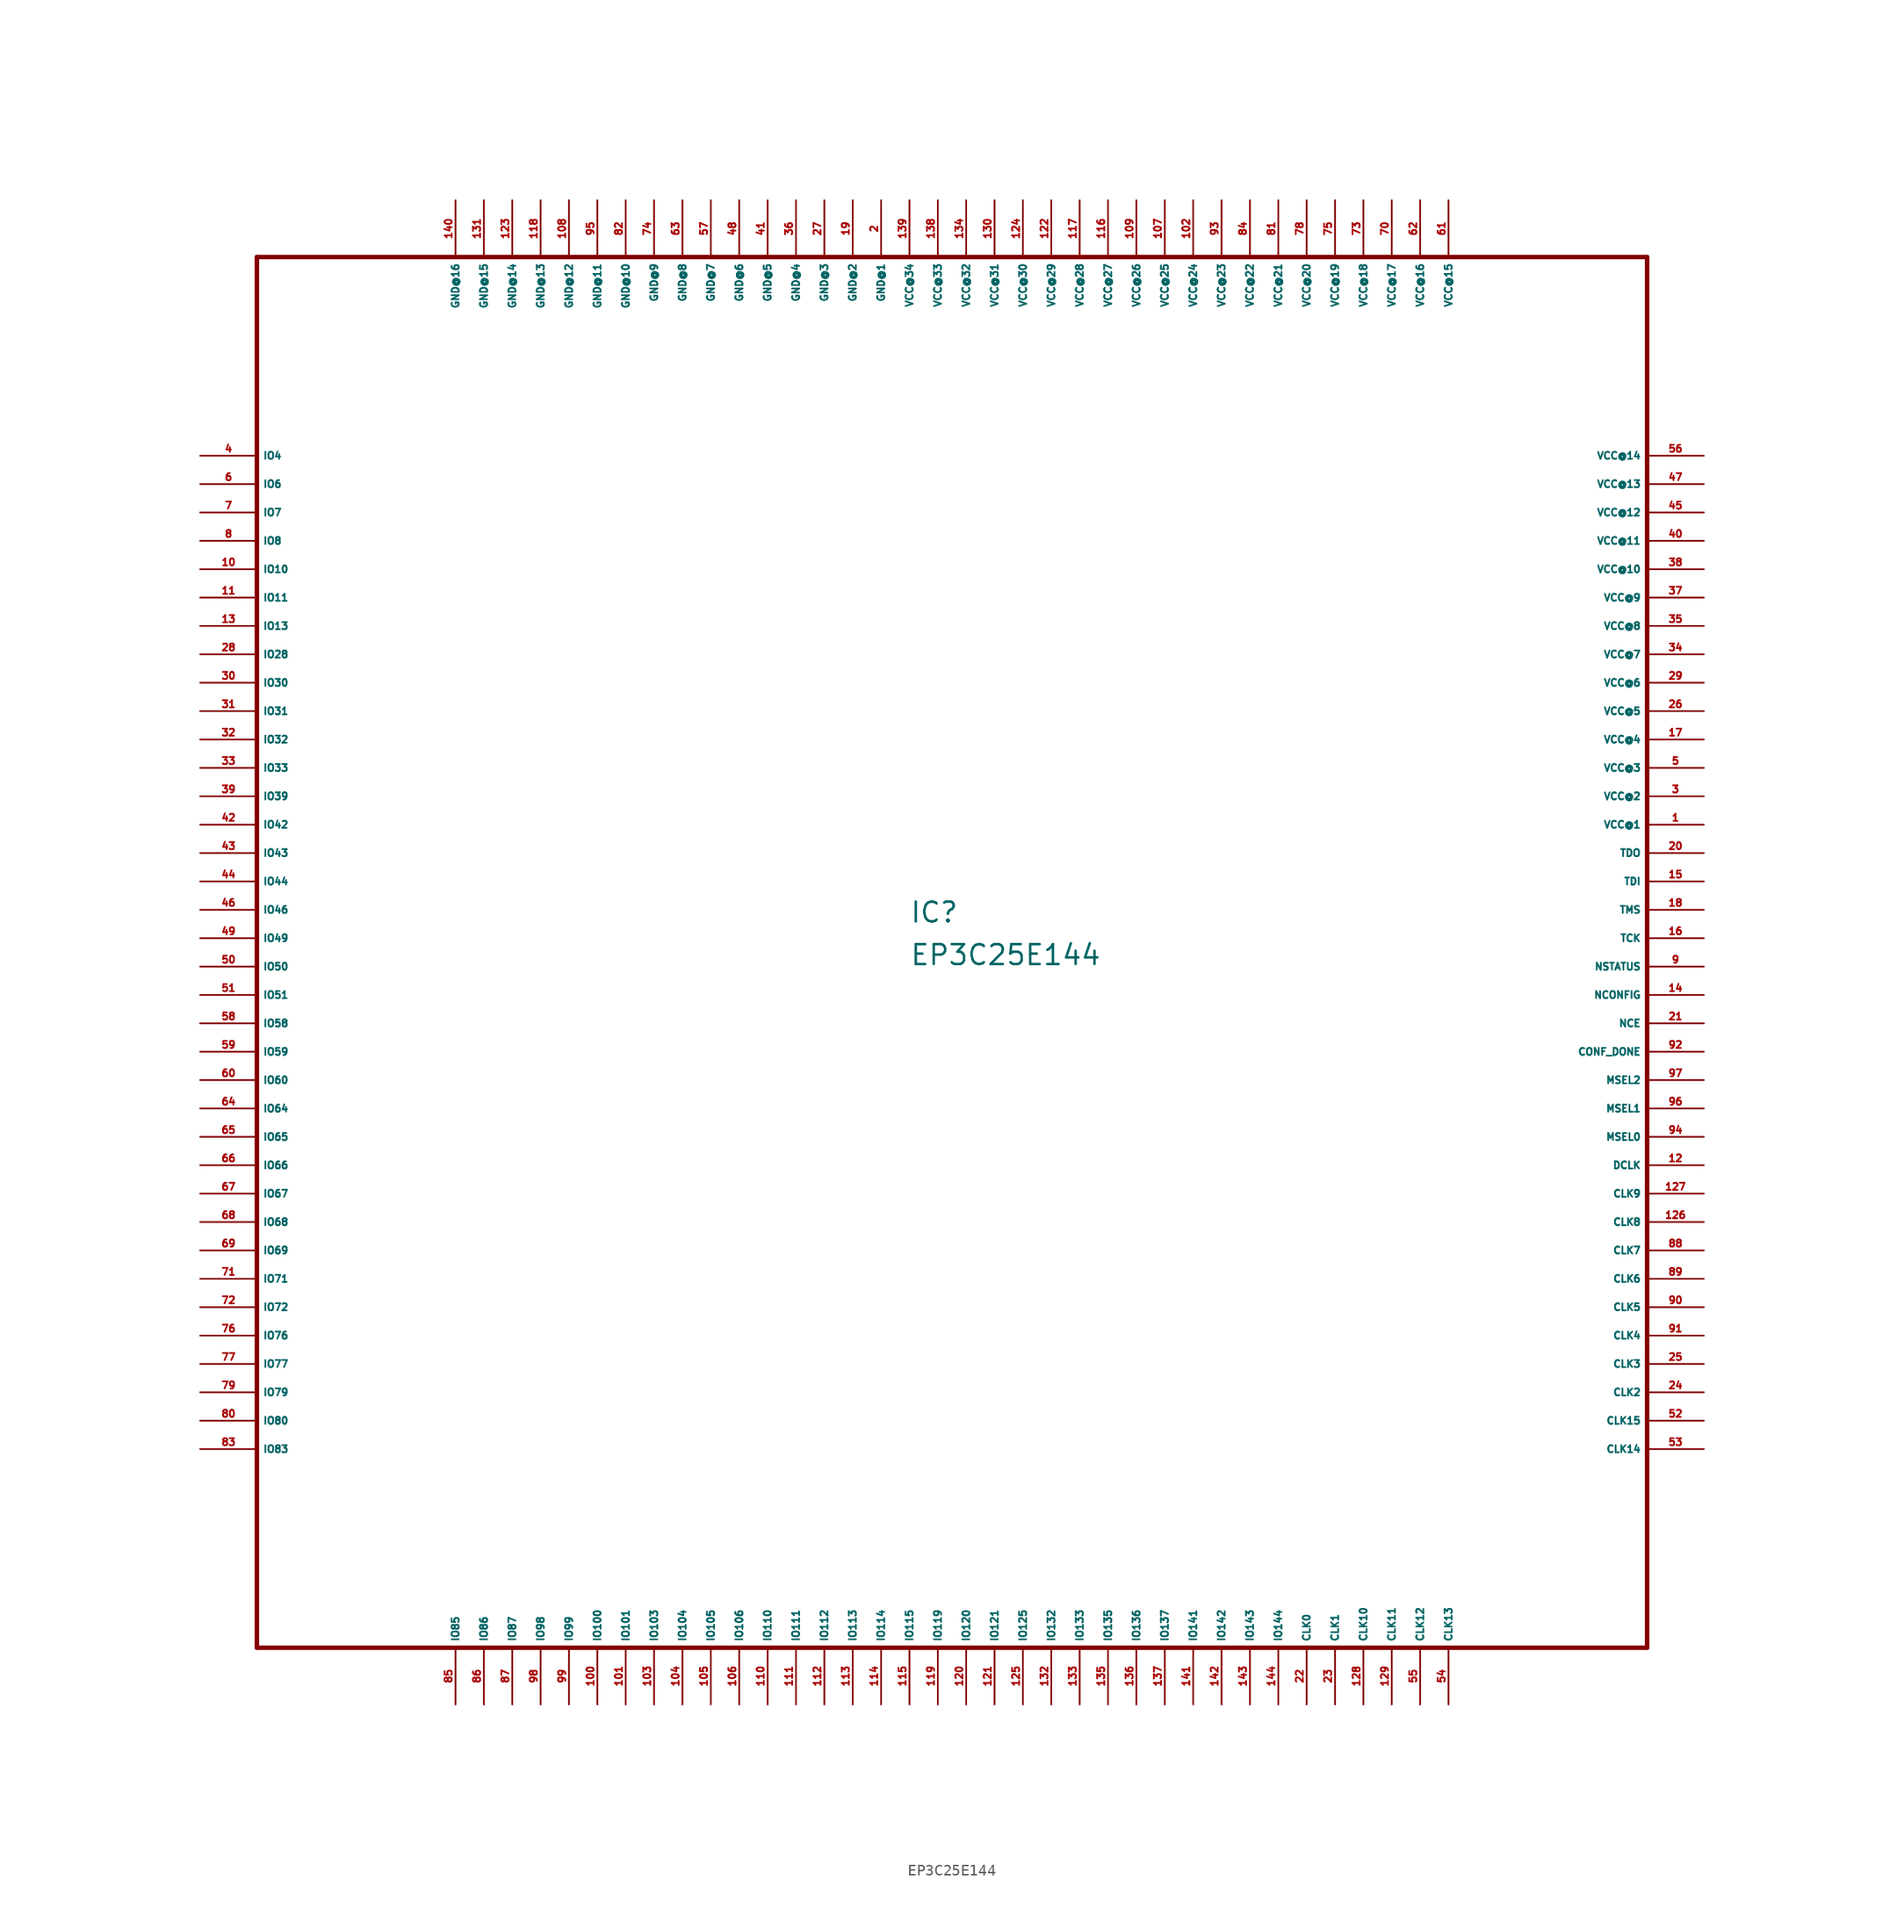
<source format=kicad_sym>
(kicad_symbol_lib
  (version 20220914)
  (generator Eagle2Kicad)
  (symbol "EP3C25E144"
    (property "Reference" "IC"
      (at -5.08 1.27 0)
      (effects (font (size 1.778 1.778) (thickness 0.22)) (justify left bottom)))
    (property "Value" "EP3C25E144"
      (at -5.08 -2.54 0)
      (effects (font (size 1.778 1.778) (thickness 0.22)) (justify left bottom)))
    (polyline
      (pts (xy -63.5 -63.5) (xy 60.96 -63.5))
      (stroke (width 0.406) (type default))
      (fill (type none)))
    (polyline
      (pts (xy 60.96 -63.5) (xy 60.96 60.96))
      (stroke (width 0.406) (type default))
      (fill (type none)))
    (polyline
      (pts (xy 60.96 60.96) (xy -63.5 60.96))
      (stroke (width 0.406) (type default))
      (fill (type none)))
    (polyline
      (pts (xy -63.5 60.96) (xy -63.5 -63.5))
      (stroke (width 0.406) (type default))
      (fill (type none)))
    (pin passive line
      (at -68.58 43.18 0)
      (length 5.08)
      (name "IO4" (effects (font (size 0.635 0.635) (thickness 0.08)) (justify left bottom)))
      (number "4" (effects (font (size 0.635 0.635) (thickness 0.08)) (justify left bottom))))
    (pin passive line
      (at -68.58 40.64 0)
      (length 5.08)
      (name "IO6" (effects (font (size 0.635 0.635) (thickness 0.08)) (justify left bottom)))
      (number "6" (effects (font (size 0.635 0.635) (thickness 0.08)) (justify left bottom))))
    (pin output line
      (at -68.58 38.1 0)
      (length 5.08)
      (name "IO7" (effects (font (size 0.635 0.635) (thickness 0.08)) (justify left bottom)))
      (number "7" (effects (font (size 0.635 0.635) (thickness 0.08)) (justify left bottom))))
    (pin output line
      (at -68.58 35.56 0)
      (length 5.08)
      (name "IO8" (effects (font (size 0.635 0.635) (thickness 0.08)) (justify left bottom)))
      (number "8" (effects (font (size 0.635 0.635) (thickness 0.08)) (justify left bottom))))
    (pin bidirectional line
      (at -68.58 33.02 0)
      (length 5.08)
      (name "IO10" (effects (font (size 0.635 0.635) (thickness 0.08)) (justify left bottom)))
      (number "10" (effects (font (size 0.635 0.635) (thickness 0.08)) (justify left bottom))))
    (pin bidirectional line
      (at -68.58 30.48 0)
      (length 5.08)
      (name "IO11" (effects (font (size 0.635 0.635) (thickness 0.08)) (justify left bottom)))
      (number "11" (effects (font (size 0.635 0.635) (thickness 0.08)) (justify left bottom))))
    (pin bidirectional line
      (at -68.58 27.94 0)
      (length 5.08)
      (name "IO13" (effects (font (size 0.635 0.635) (thickness 0.08)) (justify left bottom)))
      (number "13" (effects (font (size 0.635 0.635) (thickness 0.08)) (justify left bottom))))
    (pin bidirectional line
      (at -68.58 25.4 0)
      (length 5.08)
      (name "IO28" (effects (font (size 0.635 0.635) (thickness 0.08)) (justify left bottom)))
      (number "28" (effects (font (size 0.635 0.635) (thickness 0.08)) (justify left bottom))))
    (pin bidirectional line
      (at -68.58 22.86 0)
      (length 5.08)
      (name "IO30" (effects (font (size 0.635 0.635) (thickness 0.08)) (justify left bottom)))
      (number "30" (effects (font (size 0.635 0.635) (thickness 0.08)) (justify left bottom))))
    (pin bidirectional line
      (at -68.58 20.32 0)
      (length 5.08)
      (name "IO31" (effects (font (size 0.635 0.635) (thickness 0.08)) (justify left bottom)))
      (number "31" (effects (font (size 0.635 0.635) (thickness 0.08)) (justify left bottom))))
    (pin bidirectional line
      (at -68.58 17.78 0)
      (length 5.08)
      (name "IO32" (effects (font (size 0.635 0.635) (thickness 0.08)) (justify left bottom)))
      (number "32" (effects (font (size 0.635 0.635) (thickness 0.08)) (justify left bottom))))
    (pin bidirectional line
      (at -68.58 15.24 0)
      (length 5.08)
      (name "IO33" (effects (font (size 0.635 0.635) (thickness 0.08)) (justify left bottom)))
      (number "33" (effects (font (size 0.635 0.635) (thickness 0.08)) (justify left bottom))))
    (pin bidirectional line
      (at -68.58 12.7 0)
      (length 5.08)
      (name "IO39" (effects (font (size 0.635 0.635) (thickness 0.08)) (justify left bottom)))
      (number "39" (effects (font (size 0.635 0.635) (thickness 0.08)) (justify left bottom))))
    (pin bidirectional line
      (at -68.58 10.16 0)
      (length 5.08)
      (name "IO42" (effects (font (size 0.635 0.635) (thickness 0.08)) (justify left bottom)))
      (number "42" (effects (font (size 0.635 0.635) (thickness 0.08)) (justify left bottom))))
    (pin bidirectional line
      (at -68.58 7.62 0)
      (length 5.08)
      (name "IO43" (effects (font (size 0.635 0.635) (thickness 0.08)) (justify left bottom)))
      (number "43" (effects (font (size 0.635 0.635) (thickness 0.08)) (justify left bottom))))
    (pin bidirectional line
      (at -68.58 5.08 0)
      (length 5.08)
      (name "IO44" (effects (font (size 0.635 0.635) (thickness 0.08)) (justify left bottom)))
      (number "44" (effects (font (size 0.635 0.635) (thickness 0.08)) (justify left bottom))))
    (pin bidirectional line
      (at -68.58 2.54 0)
      (length 5.08)
      (name "IO46" (effects (font (size 0.635 0.635) (thickness 0.08)) (justify left bottom)))
      (number "46" (effects (font (size 0.635 0.635) (thickness 0.08)) (justify left bottom))))
    (pin bidirectional line
      (at -68.58 0 0)
      (length 5.08)
      (name "IO49" (effects (font (size 0.635 0.635) (thickness 0.08)) (justify left bottom)))
      (number "49" (effects (font (size 0.635 0.635) (thickness 0.08)) (justify left bottom))))
    (pin bidirectional line
      (at -68.58 -2.54 0)
      (length 5.08)
      (name "IO50" (effects (font (size 0.635 0.635) (thickness 0.08)) (justify left bottom)))
      (number "50" (effects (font (size 0.635 0.635) (thickness 0.08)) (justify left bottom))))
    (pin bidirectional line
      (at -68.58 -5.08 0)
      (length 5.08)
      (name "IO51" (effects (font (size 0.635 0.635) (thickness 0.08)) (justify left bottom)))
      (number "51" (effects (font (size 0.635 0.635) (thickness 0.08)) (justify left bottom))))
    (pin bidirectional line
      (at -68.58 -7.62 0)
      (length 5.08)
      (name "IO58" (effects (font (size 0.635 0.635) (thickness 0.08)) (justify left bottom)))
      (number "58" (effects (font (size 0.635 0.635) (thickness 0.08)) (justify left bottom))))
    (pin bidirectional line
      (at -68.58 -10.16 0)
      (length 5.08)
      (name "IO59" (effects (font (size 0.635 0.635) (thickness 0.08)) (justify left bottom)))
      (number "59" (effects (font (size 0.635 0.635) (thickness 0.08)) (justify left bottom))))
    (pin bidirectional line
      (at -68.58 -12.7 0)
      (length 5.08)
      (name "IO60" (effects (font (size 0.635 0.635) (thickness 0.08)) (justify left bottom)))
      (number "60" (effects (font (size 0.635 0.635) (thickness 0.08)) (justify left bottom))))
    (pin bidirectional line
      (at -68.58 -15.24 0)
      (length 5.08)
      (name "IO64" (effects (font (size 0.635 0.635) (thickness 0.08)) (justify left bottom)))
      (number "64" (effects (font (size 0.635 0.635) (thickness 0.08)) (justify left bottom))))
    (pin bidirectional line
      (at -68.58 -17.78 0)
      (length 5.08)
      (name "IO65" (effects (font (size 0.635 0.635) (thickness 0.08)) (justify left bottom)))
      (number "65" (effects (font (size 0.635 0.635) (thickness 0.08)) (justify left bottom))))
    (pin bidirectional line
      (at -68.58 -20.32 0)
      (length 5.08)
      (name "IO66" (effects (font (size 0.635 0.635) (thickness 0.08)) (justify left bottom)))
      (number "66" (effects (font (size 0.635 0.635) (thickness 0.08)) (justify left bottom))))
    (pin bidirectional line
      (at -68.58 -22.86 0)
      (length 5.08)
      (name "IO67" (effects (font (size 0.635 0.635) (thickness 0.08)) (justify left bottom)))
      (number "67" (effects (font (size 0.635 0.635) (thickness 0.08)) (justify left bottom))))
    (pin bidirectional line
      (at -68.58 -25.4 0)
      (length 5.08)
      (name "IO68" (effects (font (size 0.635 0.635) (thickness 0.08)) (justify left bottom)))
      (number "68" (effects (font (size 0.635 0.635) (thickness 0.08)) (justify left bottom))))
    (pin bidirectional line
      (at -68.58 -27.94 0)
      (length 5.08)
      (name "IO69" (effects (font (size 0.635 0.635) (thickness 0.08)) (justify left bottom)))
      (number "69" (effects (font (size 0.635 0.635) (thickness 0.08)) (justify left bottom))))
    (pin bidirectional line
      (at -68.58 -30.48 0)
      (length 5.08)
      (name "IO71" (effects (font (size 0.635 0.635) (thickness 0.08)) (justify left bottom)))
      (number "71" (effects (font (size 0.635 0.635) (thickness 0.08)) (justify left bottom))))
    (pin bidirectional line
      (at -68.58 -33.02 0)
      (length 5.08)
      (name "IO72" (effects (font (size 0.635 0.635) (thickness 0.08)) (justify left bottom)))
      (number "72" (effects (font (size 0.635 0.635) (thickness 0.08)) (justify left bottom))))
    (pin bidirectional line
      (at -68.58 -35.56 0)
      (length 5.08)
      (name "IO76" (effects (font (size 0.635 0.635) (thickness 0.08)) (justify left bottom)))
      (number "76" (effects (font (size 0.635 0.635) (thickness 0.08)) (justify left bottom))))
    (pin bidirectional line
      (at -68.58 -38.1 0)
      (length 5.08)
      (name "IO77" (effects (font (size 0.635 0.635) (thickness 0.08)) (justify left bottom)))
      (number "77" (effects (font (size 0.635 0.635) (thickness 0.08)) (justify left bottom))))
    (pin bidirectional line
      (at -68.58 -40.64 0)
      (length 5.08)
      (name "IO79" (effects (font (size 0.635 0.635) (thickness 0.08)) (justify left bottom)))
      (number "79" (effects (font (size 0.635 0.635) (thickness 0.08)) (justify left bottom))))
    (pin bidirectional line
      (at -68.58 -43.18 0)
      (length 5.08)
      (name "IO80" (effects (font (size 0.635 0.635) (thickness 0.08)) (justify left bottom)))
      (number "80" (effects (font (size 0.635 0.635) (thickness 0.08)) (justify left bottom))))
    (pin bidirectional line
      (at -68.58 -45.72 0)
      (length 5.08)
      (name "IO83" (effects (font (size 0.635 0.635) (thickness 0.08)) (justify left bottom)))
      (number "83" (effects (font (size 0.635 0.635) (thickness 0.08)) (justify left bottom))))
    (pin bidirectional line
      (at -45.72 -68.58 90)
      (length 5.08)
      (name "IO85" (effects (font (size 0.635 0.635) (thickness 0.08)) (justify left bottom)))
      (number "85" (effects (font (size 0.635 0.635) (thickness 0.08)) (justify left bottom))))
    (pin bidirectional line
      (at -43.18 -68.58 90)
      (length 5.08)
      (name "IO86" (effects (font (size 0.635 0.635) (thickness 0.08)) (justify left bottom)))
      (number "86" (effects (font (size 0.635 0.635) (thickness 0.08)) (justify left bottom))))
    (pin bidirectional line
      (at -40.64 -68.58 90)
      (length 5.08)
      (name "IO87" (effects (font (size 0.635 0.635) (thickness 0.08)) (justify left bottom)))
      (number "87" (effects (font (size 0.635 0.635) (thickness 0.08)) (justify left bottom))))
    (pin bidirectional line
      (at -38.1 -68.58 90)
      (length 5.08)
      (name "IO98" (effects (font (size 0.635 0.635) (thickness 0.08)) (justify left bottom)))
      (number "98" (effects (font (size 0.635 0.635) (thickness 0.08)) (justify left bottom))))
    (pin bidirectional line
      (at -35.56 -68.58 90)
      (length 5.08)
      (name "IO99" (effects (font (size 0.635 0.635) (thickness 0.08)) (justify left bottom)))
      (number "99" (effects (font (size 0.635 0.635) (thickness 0.08)) (justify left bottom))))
    (pin bidirectional line
      (at -33.02 -68.58 90)
      (length 5.08)
      (name "IO100" (effects (font (size 0.635 0.635) (thickness 0.08)) (justify left bottom)))
      (number "100" (effects (font (size 0.635 0.635) (thickness 0.08)) (justify left bottom))))
    (pin bidirectional line
      (at -30.48 -68.58 90)
      (length 5.08)
      (name "IO101" (effects (font (size 0.635 0.635) (thickness 0.08)) (justify left bottom)))
      (number "101" (effects (font (size 0.635 0.635) (thickness 0.08)) (justify left bottom))))
    (pin bidirectional line
      (at -27.94 -68.58 90)
      (length 5.08)
      (name "IO103" (effects (font (size 0.635 0.635) (thickness 0.08)) (justify left bottom)))
      (number "103" (effects (font (size 0.635 0.635) (thickness 0.08)) (justify left bottom))))
    (pin bidirectional line
      (at -25.4 -68.58 90)
      (length 5.08)
      (name "IO104" (effects (font (size 0.635 0.635) (thickness 0.08)) (justify left bottom)))
      (number "104" (effects (font (size 0.635 0.635) (thickness 0.08)) (justify left bottom))))
    (pin bidirectional line
      (at -22.86 -68.58 90)
      (length 5.08)
      (name "IO105" (effects (font (size 0.635 0.635) (thickness 0.08)) (justify left bottom)))
      (number "105" (effects (font (size 0.635 0.635) (thickness 0.08)) (justify left bottom))))
    (pin bidirectional line
      (at -20.32 -68.58 90)
      (length 5.08)
      (name "IO106" (effects (font (size 0.635 0.635) (thickness 0.08)) (justify left bottom)))
      (number "106" (effects (font (size 0.635 0.635) (thickness 0.08)) (justify left bottom))))
    (pin bidirectional line
      (at -17.78 -68.58 90)
      (length 5.08)
      (name "IO110" (effects (font (size 0.635 0.635) (thickness 0.08)) (justify left bottom)))
      (number "110" (effects (font (size 0.635 0.635) (thickness 0.08)) (justify left bottom))))
    (pin bidirectional line
      (at -15.24 -68.58 90)
      (length 5.08)
      (name "IO111" (effects (font (size 0.635 0.635) (thickness 0.08)) (justify left bottom)))
      (number "111" (effects (font (size 0.635 0.635) (thickness 0.08)) (justify left bottom))))
    (pin bidirectional line
      (at -12.7 -68.58 90)
      (length 5.08)
      (name "IO112" (effects (font (size 0.635 0.635) (thickness 0.08)) (justify left bottom)))
      (number "112" (effects (font (size 0.635 0.635) (thickness 0.08)) (justify left bottom))))
    (pin bidirectional line
      (at -10.16 -68.58 90)
      (length 5.08)
      (name "IO113" (effects (font (size 0.635 0.635) (thickness 0.08)) (justify left bottom)))
      (number "113" (effects (font (size 0.635 0.635) (thickness 0.08)) (justify left bottom))))
    (pin bidirectional line
      (at -7.62 -68.58 90)
      (length 5.08)
      (name "IO114" (effects (font (size 0.635 0.635) (thickness 0.08)) (justify left bottom)))
      (number "114" (effects (font (size 0.635 0.635) (thickness 0.08)) (justify left bottom))))
    (pin bidirectional line
      (at -5.08 -68.58 90)
      (length 5.08)
      (name "IO115" (effects (font (size 0.635 0.635) (thickness 0.08)) (justify left bottom)))
      (number "115" (effects (font (size 0.635 0.635) (thickness 0.08)) (justify left bottom))))
    (pin bidirectional line
      (at -2.54 -68.58 90)
      (length 5.08)
      (name "IO119" (effects (font (size 0.635 0.635) (thickness 0.08)) (justify left bottom)))
      (number "119" (effects (font (size 0.635 0.635) (thickness 0.08)) (justify left bottom))))
    (pin bidirectional line
      (at 0 -68.58 90)
      (length 5.08)
      (name "IO120" (effects (font (size 0.635 0.635) (thickness 0.08)) (justify left bottom)))
      (number "120" (effects (font (size 0.635 0.635) (thickness 0.08)) (justify left bottom))))
    (pin bidirectional line
      (at 2.54 -68.58 90)
      (length 5.08)
      (name "IO121" (effects (font (size 0.635 0.635) (thickness 0.08)) (justify left bottom)))
      (number "121" (effects (font (size 0.635 0.635) (thickness 0.08)) (justify left bottom))))
    (pin bidirectional line
      (at 5.08 -68.58 90)
      (length 5.08)
      (name "IO125" (effects (font (size 0.635 0.635) (thickness 0.08)) (justify left bottom)))
      (number "125" (effects (font (size 0.635 0.635) (thickness 0.08)) (justify left bottom))))
    (pin bidirectional line
      (at 7.62 -68.58 90)
      (length 5.08)
      (name "IO132" (effects (font (size 0.635 0.635) (thickness 0.08)) (justify left bottom)))
      (number "132" (effects (font (size 0.635 0.635) (thickness 0.08)) (justify left bottom))))
    (pin bidirectional line
      (at 10.16 -68.58 90)
      (length 5.08)
      (name "IO133" (effects (font (size 0.635 0.635) (thickness 0.08)) (justify left bottom)))
      (number "133" (effects (font (size 0.635 0.635) (thickness 0.08)) (justify left bottom))))
    (pin bidirectional line
      (at 12.7 -68.58 90)
      (length 5.08)
      (name "IO135" (effects (font (size 0.635 0.635) (thickness 0.08)) (justify left bottom)))
      (number "135" (effects (font (size 0.635 0.635) (thickness 0.08)) (justify left bottom))))
    (pin bidirectional line
      (at 15.24 -68.58 90)
      (length 5.08)
      (name "IO136" (effects (font (size 0.635 0.635) (thickness 0.08)) (justify left bottom)))
      (number "136" (effects (font (size 0.635 0.635) (thickness 0.08)) (justify left bottom))))
    (pin bidirectional line
      (at 17.78 -68.58 90)
      (length 5.08)
      (name "IO137" (effects (font (size 0.635 0.635) (thickness 0.08)) (justify left bottom)))
      (number "137" (effects (font (size 0.635 0.635) (thickness 0.08)) (justify left bottom))))
    (pin bidirectional line
      (at 20.32 -68.58 90)
      (length 5.08)
      (name "IO141" (effects (font (size 0.635 0.635) (thickness 0.08)) (justify left bottom)))
      (number "141" (effects (font (size 0.635 0.635) (thickness 0.08)) (justify left bottom))))
    (pin bidirectional line
      (at 22.86 -68.58 90)
      (length 5.08)
      (name "IO142" (effects (font (size 0.635 0.635) (thickness 0.08)) (justify left bottom)))
      (number "142" (effects (font (size 0.635 0.635) (thickness 0.08)) (justify left bottom))))
    (pin bidirectional line
      (at 25.4 -68.58 90)
      (length 5.08)
      (name "IO143" (effects (font (size 0.635 0.635) (thickness 0.08)) (justify left bottom)))
      (number "143" (effects (font (size 0.635 0.635) (thickness 0.08)) (justify left bottom))))
    (pin bidirectional line
      (at 27.94 -68.58 90)
      (length 5.08)
      (name "IO144" (effects (font (size 0.635 0.635) (thickness 0.08)) (justify left bottom)))
      (number "144" (effects (font (size 0.635 0.635) (thickness 0.08)) (justify left bottom))))
    (pin input line
      (at 30.48 -68.58 90)
      (length 5.08)
      (name "CLK0" (effects (font (size 0.635 0.635) (thickness 0.08)) (justify left bottom)))
      (number "22" (effects (font (size 0.635 0.635) (thickness 0.08)) (justify left bottom))))
    (pin input line
      (at 33.02 -68.58 90)
      (length 5.08)
      (name "CLK1" (effects (font (size 0.635 0.635) (thickness 0.08)) (justify left bottom)))
      (number "23" (effects (font (size 0.635 0.635) (thickness 0.08)) (justify left bottom))))
    (pin input line
      (at 35.56 -68.58 90)
      (length 5.08)
      (name "CLK10" (effects (font (size 0.635 0.635) (thickness 0.08)) (justify left bottom)))
      (number "128" (effects (font (size 0.635 0.635) (thickness 0.08)) (justify left bottom))))
    (pin input line
      (at 38.1 -68.58 90)
      (length 5.08)
      (name "CLK11" (effects (font (size 0.635 0.635) (thickness 0.08)) (justify left bottom)))
      (number "129" (effects (font (size 0.635 0.635) (thickness 0.08)) (justify left bottom))))
    (pin input line
      (at 40.64 -68.58 90)
      (length 5.08)
      (name "CLK12" (effects (font (size 0.635 0.635) (thickness 0.08)) (justify left bottom)))
      (number "55" (effects (font (size 0.635 0.635) (thickness 0.08)) (justify left bottom))))
    (pin input line
      (at 43.18 -68.58 90)
      (length 5.08)
      (name "CLK13" (effects (font (size 0.635 0.635) (thickness 0.08)) (justify left bottom)))
      (number "54" (effects (font (size 0.635 0.635) (thickness 0.08)) (justify left bottom))))
    (pin input line
      (at 66.04 -45.72 180)
      (length 5.08)
      (name "CLK14" (effects (font (size 0.635 0.635) (thickness 0.08)) (justify left bottom)))
      (number "53" (effects (font (size 0.635 0.635) (thickness 0.08)) (justify left bottom))))
    (pin input line
      (at 66.04 -43.18 180)
      (length 5.08)
      (name "CLK15" (effects (font (size 0.635 0.635) (thickness 0.08)) (justify left bottom)))
      (number "52" (effects (font (size 0.635 0.635) (thickness 0.08)) (justify left bottom))))
    (pin input line
      (at 66.04 -40.64 180)
      (length 5.08)
      (name "CLK2" (effects (font (size 0.635 0.635) (thickness 0.08)) (justify left bottom)))
      (number "24" (effects (font (size 0.635 0.635) (thickness 0.08)) (justify left bottom))))
    (pin input line
      (at 66.04 -38.1 180)
      (length 5.08)
      (name "CLK3" (effects (font (size 0.635 0.635) (thickness 0.08)) (justify left bottom)))
      (number "25" (effects (font (size 0.635 0.635) (thickness 0.08)) (justify left bottom))))
    (pin input line
      (at 66.04 -35.56 180)
      (length 5.08)
      (name "CLK4" (effects (font (size 0.635 0.635) (thickness 0.08)) (justify left bottom)))
      (number "91" (effects (font (size 0.635 0.635) (thickness 0.08)) (justify left bottom))))
    (pin input line
      (at 66.04 -33.02 180)
      (length 5.08)
      (name "CLK5" (effects (font (size 0.635 0.635) (thickness 0.08)) (justify left bottom)))
      (number "90" (effects (font (size 0.635 0.635) (thickness 0.08)) (justify left bottom))))
    (pin input line
      (at 66.04 -30.48 180)
      (length 5.08)
      (name "CLK6" (effects (font (size 0.635 0.635) (thickness 0.08)) (justify left bottom)))
      (number "89" (effects (font (size 0.635 0.635) (thickness 0.08)) (justify left bottom))))
    (pin input line
      (at 66.04 -27.94 180)
      (length 5.08)
      (name "CLK7" (effects (font (size 0.635 0.635) (thickness 0.08)) (justify left bottom)))
      (number "88" (effects (font (size 0.635 0.635) (thickness 0.08)) (justify left bottom))))
    (pin input line
      (at 66.04 -25.4 180)
      (length 5.08)
      (name "CLK8" (effects (font (size 0.635 0.635) (thickness 0.08)) (justify left bottom)))
      (number "126" (effects (font (size 0.635 0.635) (thickness 0.08)) (justify left bottom))))
    (pin input line
      (at 66.04 -22.86 180)
      (length 5.08)
      (name "CLK9" (effects (font (size 0.635 0.635) (thickness 0.08)) (justify left bottom)))
      (number "127" (effects (font (size 0.635 0.635) (thickness 0.08)) (justify left bottom))))
    (pin input line
      (at 66.04 -20.32 180)
      (length 5.08)
      (name "DCLK" (effects (font (size 0.635 0.635) (thickness 0.08)) (justify left bottom)))
      (number "12" (effects (font (size 0.635 0.635) (thickness 0.08)) (justify left bottom))))
    (pin input line
      (at 66.04 -17.78 180)
      (length 5.08)
      (name "MSEL0" (effects (font (size 0.635 0.635) (thickness 0.08)) (justify left bottom)))
      (number "94" (effects (font (size 0.635 0.635) (thickness 0.08)) (justify left bottom))))
    (pin input line
      (at 66.04 -15.24 180)
      (length 5.08)
      (name "MSEL1" (effects (font (size 0.635 0.635) (thickness 0.08)) (justify left bottom)))
      (number "96" (effects (font (size 0.635 0.635) (thickness 0.08)) (justify left bottom))))
    (pin input line
      (at 66.04 -12.7 180)
      (length 5.08)
      (name "MSEL2" (effects (font (size 0.635 0.635) (thickness 0.08)) (justify left bottom)))
      (number "97" (effects (font (size 0.635 0.635) (thickness 0.08)) (justify left bottom))))
    (pin input line
      (at 66.04 -10.16 180)
      (length 5.08)
      (name "CONF_DONE" (effects (font (size 0.635 0.635) (thickness 0.08)) (justify left bottom)))
      (number "92" (effects (font (size 0.635 0.635) (thickness 0.08)) (justify left bottom))))
    (pin input line
      (at 66.04 -7.62 180)
      (length 5.08)
      (name "NCE" (effects (font (size 0.635 0.635) (thickness 0.08)) (justify left bottom)))
      (number "21" (effects (font (size 0.635 0.635) (thickness 0.08)) (justify left bottom))))
    (pin input line
      (at 66.04 -5.08 180)
      (length 5.08)
      (name "NCONFIG" (effects (font (size 0.635 0.635) (thickness 0.08)) (justify left bottom)))
      (number "14" (effects (font (size 0.635 0.635) (thickness 0.08)) (justify left bottom))))
    (pin input line
      (at 66.04 -2.54 180)
      (length 5.08)
      (name "NSTATUS" (effects (font (size 0.635 0.635) (thickness 0.08)) (justify left bottom)))
      (number "9" (effects (font (size 0.635 0.635) (thickness 0.08)) (justify left bottom))))
    (pin input line
      (at 66.04 0 180)
      (length 5.08)
      (name "TCK" (effects (font (size 0.635 0.635) (thickness 0.08)) (justify left bottom)))
      (number "16" (effects (font (size 0.635 0.635) (thickness 0.08)) (justify left bottom))))
    (pin input line
      (at 66.04 2.54 180)
      (length 5.08)
      (name "TMS" (effects (font (size 0.635 0.635) (thickness 0.08)) (justify left bottom)))
      (number "18" (effects (font (size 0.635 0.635) (thickness 0.08)) (justify left bottom))))
    (pin input line
      (at 66.04 5.08 180)
      (length 5.08)
      (name "TDI" (effects (font (size 0.635 0.635) (thickness 0.08)) (justify left bottom)))
      (number "15" (effects (font (size 0.635 0.635) (thickness 0.08)) (justify left bottom))))
    (pin output line
      (at 66.04 7.62 180)
      (length 5.08)
      (name "TDO" (effects (font (size 0.635 0.635) (thickness 0.08)) (justify left bottom)))
      (number "20" (effects (font (size 0.635 0.635) (thickness 0.08)) (justify left bottom))))
    (pin unspecified line
      (at 66.04 10.16 180)
      (length 5.08)
      (name "VCC@1" (effects (font (size 0.635 0.635) (thickness 0.08)) (justify left bottom)))
      (number "1" (effects (font (size 0.635 0.635) (thickness 0.08)) (justify left bottom))))
    (pin unspecified line
      (at 66.04 12.7 180)
      (length 5.08)
      (name "VCC@2" (effects (font (size 0.635 0.635) (thickness 0.08)) (justify left bottom)))
      (number "3" (effects (font (size 0.635 0.635) (thickness 0.08)) (justify left bottom))))
    (pin unspecified line
      (at 66.04 15.24 180)
      (length 5.08)
      (name "VCC@3" (effects (font (size 0.635 0.635) (thickness 0.08)) (justify left bottom)))
      (number "5" (effects (font (size 0.635 0.635) (thickness 0.08)) (justify left bottom))))
    (pin unspecified line
      (at 66.04 17.78 180)
      (length 5.08)
      (name "VCC@4" (effects (font (size 0.635 0.635) (thickness 0.08)) (justify left bottom)))
      (number "17" (effects (font (size 0.635 0.635) (thickness 0.08)) (justify left bottom))))
    (pin unspecified line
      (at 66.04 20.32 180)
      (length 5.08)
      (name "VCC@5" (effects (font (size 0.635 0.635) (thickness 0.08)) (justify left bottom)))
      (number "26" (effects (font (size 0.635 0.635) (thickness 0.08)) (justify left bottom))))
    (pin unspecified line
      (at 66.04 22.86 180)
      (length 5.08)
      (name "VCC@6" (effects (font (size 0.635 0.635) (thickness 0.08)) (justify left bottom)))
      (number "29" (effects (font (size 0.635 0.635) (thickness 0.08)) (justify left bottom))))
    (pin unspecified line
      (at 66.04 25.4 180)
      (length 5.08)
      (name "VCC@7" (effects (font (size 0.635 0.635) (thickness 0.08)) (justify left bottom)))
      (number "34" (effects (font (size 0.635 0.635) (thickness 0.08)) (justify left bottom))))
    (pin unspecified line
      (at 66.04 27.94 180)
      (length 5.08)
      (name "VCC@8" (effects (font (size 0.635 0.635) (thickness 0.08)) (justify left bottom)))
      (number "35" (effects (font (size 0.635 0.635) (thickness 0.08)) (justify left bottom))))
    (pin unspecified line
      (at 66.04 30.48 180)
      (length 5.08)
      (name "VCC@9" (effects (font (size 0.635 0.635) (thickness 0.08)) (justify left bottom)))
      (number "37" (effects (font (size 0.635 0.635) (thickness 0.08)) (justify left bottom))))
    (pin unspecified line
      (at 66.04 33.02 180)
      (length 5.08)
      (name "VCC@10" (effects (font (size 0.635 0.635) (thickness 0.08)) (justify left bottom)))
      (number "38" (effects (font (size 0.635 0.635) (thickness 0.08)) (justify left bottom))))
    (pin unspecified line
      (at 66.04 35.56 180)
      (length 5.08)
      (name "VCC@11" (effects (font (size 0.635 0.635) (thickness 0.08)) (justify left bottom)))
      (number "40" (effects (font (size 0.635 0.635) (thickness 0.08)) (justify left bottom))))
    (pin unspecified line
      (at 66.04 38.1 180)
      (length 5.08)
      (name "VCC@12" (effects (font (size 0.635 0.635) (thickness 0.08)) (justify left bottom)))
      (number "45" (effects (font (size 0.635 0.635) (thickness 0.08)) (justify left bottom))))
    (pin unspecified line
      (at 66.04 40.64 180)
      (length 5.08)
      (name "VCC@13" (effects (font (size 0.635 0.635) (thickness 0.08)) (justify left bottom)))
      (number "47" (effects (font (size 0.635 0.635) (thickness 0.08)) (justify left bottom))))
    (pin unspecified line
      (at 66.04 43.18 180)
      (length 5.08)
      (name "VCC@14" (effects (font (size 0.635 0.635) (thickness 0.08)) (justify left bottom)))
      (number "56" (effects (font (size 0.635 0.635) (thickness 0.08)) (justify left bottom))))
    (pin unspecified line
      (at 43.18 66.04 270)
      (length 5.08)
      (name "VCC@15" (effects (font (size 0.635 0.635) (thickness 0.08)) (justify left bottom)))
      (number "61" (effects (font (size 0.635 0.635) (thickness 0.08)) (justify left bottom))))
    (pin unspecified line
      (at 40.64 66.04 270)
      (length 5.08)
      (name "VCC@16" (effects (font (size 0.635 0.635) (thickness 0.08)) (justify left bottom)))
      (number "62" (effects (font (size 0.635 0.635) (thickness 0.08)) (justify left bottom))))
    (pin unspecified line
      (at 38.1 66.04 270)
      (length 5.08)
      (name "VCC@17" (effects (font (size 0.635 0.635) (thickness 0.08)) (justify left bottom)))
      (number "70" (effects (font (size 0.635 0.635) (thickness 0.08)) (justify left bottom))))
    (pin unspecified line
      (at 35.56 66.04 270)
      (length 5.08)
      (name "VCC@18" (effects (font (size 0.635 0.635) (thickness 0.08)) (justify left bottom)))
      (number "73" (effects (font (size 0.635 0.635) (thickness 0.08)) (justify left bottom))))
    (pin unspecified line
      (at 33.02 66.04 270)
      (length 5.08)
      (name "VCC@19" (effects (font (size 0.635 0.635) (thickness 0.08)) (justify left bottom)))
      (number "75" (effects (font (size 0.635 0.635) (thickness 0.08)) (justify left bottom))))
    (pin unspecified line
      (at 30.48 66.04 270)
      (length 5.08)
      (name "VCC@20" (effects (font (size 0.635 0.635) (thickness 0.08)) (justify left bottom)))
      (number "78" (effects (font (size 0.635 0.635) (thickness 0.08)) (justify left bottom))))
    (pin unspecified line
      (at 27.94 66.04 270)
      (length 5.08)
      (name "VCC@21" (effects (font (size 0.635 0.635) (thickness 0.08)) (justify left bottom)))
      (number "81" (effects (font (size 0.635 0.635) (thickness 0.08)) (justify left bottom))))
    (pin unspecified line
      (at 25.4 66.04 270)
      (length 5.08)
      (name "VCC@22" (effects (font (size 0.635 0.635) (thickness 0.08)) (justify left bottom)))
      (number "84" (effects (font (size 0.635 0.635) (thickness 0.08)) (justify left bottom))))
    (pin unspecified line
      (at 22.86 66.04 270)
      (length 5.08)
      (name "VCC@23" (effects (font (size 0.635 0.635) (thickness 0.08)) (justify left bottom)))
      (number "93" (effects (font (size 0.635 0.635) (thickness 0.08)) (justify left bottom))))
    (pin unspecified line
      (at 20.32 66.04 270)
      (length 5.08)
      (name "VCC@24" (effects (font (size 0.635 0.635) (thickness 0.08)) (justify left bottom)))
      (number "102" (effects (font (size 0.635 0.635) (thickness 0.08)) (justify left bottom))))
    (pin unspecified line
      (at 17.78 66.04 270)
      (length 5.08)
      (name "VCC@25" (effects (font (size 0.635 0.635) (thickness 0.08)) (justify left bottom)))
      (number "107" (effects (font (size 0.635 0.635) (thickness 0.08)) (justify left bottom))))
    (pin unspecified line
      (at 15.24 66.04 270)
      (length 5.08)
      (name "VCC@26" (effects (font (size 0.635 0.635) (thickness 0.08)) (justify left bottom)))
      (number "109" (effects (font (size 0.635 0.635) (thickness 0.08)) (justify left bottom))))
    (pin unspecified line
      (at 12.7 66.04 270)
      (length 5.08)
      (name "VCC@27" (effects (font (size 0.635 0.635) (thickness 0.08)) (justify left bottom)))
      (number "116" (effects (font (size 0.635 0.635) (thickness 0.08)) (justify left bottom))))
    (pin unspecified line
      (at 10.16 66.04 270)
      (length 5.08)
      (name "VCC@28" (effects (font (size 0.635 0.635) (thickness 0.08)) (justify left bottom)))
      (number "117" (effects (font (size 0.635 0.635) (thickness 0.08)) (justify left bottom))))
    (pin unspecified line
      (at 7.62 66.04 270)
      (length 5.08)
      (name "VCC@29" (effects (font (size 0.635 0.635) (thickness 0.08)) (justify left bottom)))
      (number "122" (effects (font (size 0.635 0.635) (thickness 0.08)) (justify left bottom))))
    (pin unspecified line
      (at 5.08 66.04 270)
      (length 5.08)
      (name "VCC@30" (effects (font (size 0.635 0.635) (thickness 0.08)) (justify left bottom)))
      (number "124" (effects (font (size 0.635 0.635) (thickness 0.08)) (justify left bottom))))
    (pin unspecified line
      (at 2.54 66.04 270)
      (length 5.08)
      (name "VCC@31" (effects (font (size 0.635 0.635) (thickness 0.08)) (justify left bottom)))
      (number "130" (effects (font (size 0.635 0.635) (thickness 0.08)) (justify left bottom))))
    (pin unspecified line
      (at 0 66.04 270)
      (length 5.08)
      (name "VCC@32" (effects (font (size 0.635 0.635) (thickness 0.08)) (justify left bottom)))
      (number "134" (effects (font (size 0.635 0.635) (thickness 0.08)) (justify left bottom))))
    (pin unspecified line
      (at -2.54 66.04 270)
      (length 5.08)
      (name "VCC@33" (effects (font (size 0.635 0.635) (thickness 0.08)) (justify left bottom)))
      (number "138" (effects (font (size 0.635 0.635) (thickness 0.08)) (justify left bottom))))
    (pin unspecified line
      (at -5.08 66.04 270)
      (length 5.08)
      (name "VCC@34" (effects (font (size 0.635 0.635) (thickness 0.08)) (justify left bottom)))
      (number "139" (effects (font (size 0.635 0.635) (thickness 0.08)) (justify left bottom))))
    (pin unspecified line
      (at -7.62 66.04 270)
      (length 5.08)
      (name "GND@1" (effects (font (size 0.635 0.635) (thickness 0.08)) (justify left bottom)))
      (number "2" (effects (font (size 0.635 0.635) (thickness 0.08)) (justify left bottom))))
    (pin unspecified line
      (at -10.16 66.04 270)
      (length 5.08)
      (name "GND@2" (effects (font (size 0.635 0.635) (thickness 0.08)) (justify left bottom)))
      (number "19" (effects (font (size 0.635 0.635) (thickness 0.08)) (justify left bottom))))
    (pin unspecified line
      (at -12.7 66.04 270)
      (length 5.08)
      (name "GND@3" (effects (font (size 0.635 0.635) (thickness 0.08)) (justify left bottom)))
      (number "27" (effects (font (size 0.635 0.635) (thickness 0.08)) (justify left bottom))))
    (pin unspecified line
      (at -15.24 66.04 270)
      (length 5.08)
      (name "GND@4" (effects (font (size 0.635 0.635) (thickness 0.08)) (justify left bottom)))
      (number "36" (effects (font (size 0.635 0.635) (thickness 0.08)) (justify left bottom))))
    (pin unspecified line
      (at -17.78 66.04 270)
      (length 5.08)
      (name "GND@5" (effects (font (size 0.635 0.635) (thickness 0.08)) (justify left bottom)))
      (number "41" (effects (font (size 0.635 0.635) (thickness 0.08)) (justify left bottom))))
    (pin unspecified line
      (at -20.32 66.04 270)
      (length 5.08)
      (name "GND@6" (effects (font (size 0.635 0.635) (thickness 0.08)) (justify left bottom)))
      (number "48" (effects (font (size 0.635 0.635) (thickness 0.08)) (justify left bottom))))
    (pin unspecified line
      (at -22.86 66.04 270)
      (length 5.08)
      (name "GND@7" (effects (font (size 0.635 0.635) (thickness 0.08)) (justify left bottom)))
      (number "57" (effects (font (size 0.635 0.635) (thickness 0.08)) (justify left bottom))))
    (pin unspecified line
      (at -25.4 66.04 270)
      (length 5.08)
      (name "GND@8" (effects (font (size 0.635 0.635) (thickness 0.08)) (justify left bottom)))
      (number "63" (effects (font (size 0.635 0.635) (thickness 0.08)) (justify left bottom))))
    (pin unspecified line
      (at -27.94 66.04 270)
      (length 5.08)
      (name "GND@9" (effects (font (size 0.635 0.635) (thickness 0.08)) (justify left bottom)))
      (number "74" (effects (font (size 0.635 0.635) (thickness 0.08)) (justify left bottom))))
    (pin unspecified line
      (at -30.48 66.04 270)
      (length 5.08)
      (name "GND@10" (effects (font (size 0.635 0.635) (thickness 0.08)) (justify left bottom)))
      (number "82" (effects (font (size 0.635 0.635) (thickness 0.08)) (justify left bottom))))
    (pin unspecified line
      (at -33.02 66.04 270)
      (length 5.08)
      (name "GND@11" (effects (font (size 0.635 0.635) (thickness 0.08)) (justify left bottom)))
      (number "95" (effects (font (size 0.635 0.635) (thickness 0.08)) (justify left bottom))))
    (pin unspecified line
      (at -35.56 66.04 270)
      (length 5.08)
      (name "GND@12" (effects (font (size 0.635 0.635) (thickness 0.08)) (justify left bottom)))
      (number "108" (effects (font (size 0.635 0.635) (thickness 0.08)) (justify left bottom))))
    (pin unspecified line
      (at -38.1 66.04 270)
      (length 5.08)
      (name "GND@13" (effects (font (size 0.635 0.635) (thickness 0.08)) (justify left bottom)))
      (number "118" (effects (font (size 0.635 0.635) (thickness 0.08)) (justify left bottom))))
    (pin unspecified line
      (at -40.64 66.04 270)
      (length 5.08)
      (name "GND@14" (effects (font (size 0.635 0.635) (thickness 0.08)) (justify left bottom)))
      (number "123" (effects (font (size 0.635 0.635) (thickness 0.08)) (justify left bottom))))
    (pin unspecified line
      (at -43.18 66.04 270)
      (length 5.08)
      (name "GND@15" (effects (font (size 0.635 0.635) (thickness 0.08)) (justify left bottom)))
      (number "131" (effects (font (size 0.635 0.635) (thickness 0.08)) (justify left bottom))))
    (pin unspecified line
      (at -45.72 66.04 270)
      (length 5.08)
      (name "GND@16" (effects (font (size 0.635 0.635) (thickness 0.08)) (justify left bottom)))
      (number "140" (effects (font (size 0.635 0.635) (thickness 0.08)) (justify left bottom))))))
</source>
